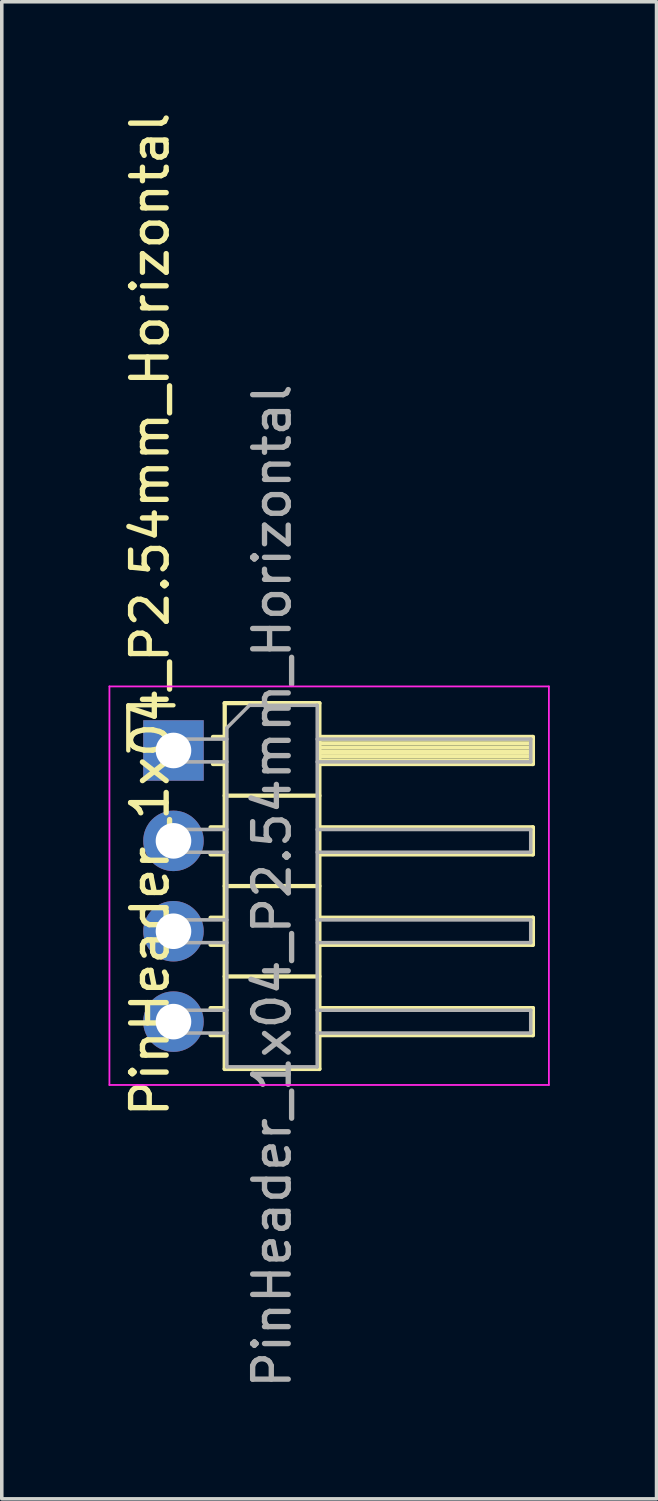
<source format=kicad_pcb>
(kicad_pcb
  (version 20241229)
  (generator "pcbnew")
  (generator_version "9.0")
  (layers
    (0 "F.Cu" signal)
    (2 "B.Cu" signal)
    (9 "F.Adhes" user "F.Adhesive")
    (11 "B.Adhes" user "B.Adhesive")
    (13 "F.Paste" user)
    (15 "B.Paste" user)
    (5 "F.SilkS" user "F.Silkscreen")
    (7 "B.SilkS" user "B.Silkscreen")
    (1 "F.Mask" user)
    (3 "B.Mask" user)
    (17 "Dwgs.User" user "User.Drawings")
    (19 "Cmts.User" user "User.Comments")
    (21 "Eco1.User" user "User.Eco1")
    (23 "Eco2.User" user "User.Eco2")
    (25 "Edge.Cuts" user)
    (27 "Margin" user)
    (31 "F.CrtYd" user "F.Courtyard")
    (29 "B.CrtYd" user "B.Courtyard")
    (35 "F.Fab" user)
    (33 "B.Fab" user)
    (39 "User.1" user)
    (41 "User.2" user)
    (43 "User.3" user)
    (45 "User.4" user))
  (footprint "PinHeader_1x04_P2.54mm_Horizontal"
    (layer "F.Cu")
    (at 1.825 18.04)
    (property "Reference" "PinHeader_1x04_P2.54mm_Horizontal" (at -0.66 -3.82 90) (layer "F.SilkS") (effects (font (size 1 1) (thickness 0.15))))
    (attr through_hole)
    (fp_line (start -1.27 -1.27) (end 0 -1.27) (stroke (width 0.12) (type solid)) (layer "F.SilkS"))
    (fp_line (start -1.27 0) (end -1.27 -1.27) (stroke (width 0.12) (type solid)) (layer "F.SilkS"))
    (fp_line (start 1.043 2.16) (end 1.44 2.16) (stroke (width 0.12) (type solid)) (layer "F.SilkS"))
    (fp_line (start 1.043 2.92) (end 1.44 2.92) (stroke (width 0.12) (type solid)) (layer "F.SilkS"))
    (fp_line (start 1.043 4.7) (end 1.44 4.7) (stroke (width 0.12) (type solid)) (layer "F.SilkS"))
    (fp_line (start 1.043 5.46) (end 1.44 5.46) (stroke (width 0.12) (type solid)) (layer "F.SilkS"))
    (fp_line (start 1.043 7.24) (end 1.44 7.24) (stroke (width 0.12) (type solid)) (layer "F.SilkS"))
    (fp_line (start 1.043 8) (end 1.44 8) (stroke (width 0.12) (type solid)) (layer "F.SilkS"))
    (fp_line (start 1.11 -0.38) (end 1.44 -0.38) (stroke (width 0.12) (type solid)) (layer "F.SilkS"))
    (fp_line (start 1.11 0.38) (end 1.44 0.38) (stroke (width 0.12) (type solid)) (layer "F.SilkS"))
    (fp_line (start 1.44 -1.33) (end 1.44 8.95) (stroke (width 0.12) (type solid)) (layer "F.SilkS"))
    (fp_line (start 1.44 1.27) (end 4.1 1.27) (stroke (width 0.12) (type solid)) (layer "F.SilkS"))
    (fp_line (start 1.44 3.81) (end 4.1 3.81) (stroke (width 0.12) (type solid)) (layer "F.SilkS"))
    (fp_line (start 1.44 6.35) (end 4.1 6.35) (stroke (width 0.12) (type solid)) (layer "F.SilkS"))
    (fp_line (start 1.44 8.95) (end 4.1 8.95) (stroke (width 0.12) (type solid)) (layer "F.SilkS"))
    (fp_line (start 4.1 -1.33) (end 1.44 -1.33) (stroke (width 0.12) (type solid)) (layer "F.SilkS"))
    (fp_line (start 4.1 -0.38) (end 10.1 -0.38) (stroke (width 0.12) (type solid)) (layer "F.SilkS"))
    (fp_line (start 4.1 -0.32) (end 10.1 -0.32) (stroke (width 0.12) (type solid)) (layer "F.SilkS"))
    (fp_line (start 4.1 -0.2) (end 10.1 -0.2) (stroke (width 0.12) (type solid)) (layer "F.SilkS"))
    (fp_line (start 4.1 -0.08) (end 10.1 -0.08) (stroke (width 0.12) (type solid)) (layer "F.SilkS"))
    (fp_line (start 4.1 0.04) (end 10.1 0.04) (stroke (width 0.12) (type solid)) (layer "F.SilkS"))
    (fp_line (start 4.1 0.16) (end 10.1 0.16) (stroke (width 0.12) (type solid)) (layer "F.SilkS"))
    (fp_line (start 4.1 0.28) (end 10.1 0.28) (stroke (width 0.12) (type solid)) (layer "F.SilkS"))
    (fp_line (start 4.1 2.16) (end 10.1 2.16) (stroke (width 0.12) (type solid)) (layer "F.SilkS"))
    (fp_line (start 4.1 4.7) (end 10.1 4.7) (stroke (width 0.12) (type solid)) (layer "F.SilkS"))
    (fp_line (start 4.1 7.24) (end 10.1 7.24) (stroke (width 0.12) (type solid)) (layer "F.SilkS"))
    (fp_line (start 4.1 8.95) (end 4.1 -1.33) (stroke (width 0.12) (type solid)) (layer "F.SilkS"))
    (fp_line (start 10.1 -0.38) (end 10.1 0.38) (stroke (width 0.12) (type solid)) (layer "F.SilkS"))
    (fp_line (start 10.1 0.38) (end 4.1 0.38) (stroke (width 0.12) (type solid)) (layer "F.SilkS"))
    (fp_line (start 10.1 2.16) (end 10.1 2.92) (stroke (width 0.12) (type solid)) (layer "F.SilkS"))
    (fp_line (start 10.1 2.92) (end 4.1 2.92) (stroke (width 0.12) (type solid)) (layer "F.SilkS"))
    (fp_line (start 10.1 4.7) (end 10.1 5.46) (stroke (width 0.12) (type solid)) (layer "F.SilkS"))
    (fp_line (start 10.1 5.46) (end 4.1 5.46) (stroke (width 0.12) (type solid)) (layer "F.SilkS"))
    (fp_line (start 10.1 7.24) (end 10.1 8) (stroke (width 0.12) (type solid)) (layer "F.SilkS"))
    (fp_line (start 10.1 8) (end 4.1 8) (stroke (width 0.12) (type solid)) (layer "F.SilkS"))
    (fp_line (start -1.8 -1.8) (end -1.8 9.4) (stroke (width 0.05) (type solid)) (layer "F.CrtYd"))
    (fp_line (start -1.8 9.4) (end 10.55 9.4) (stroke (width 0.05) (type solid)) (layer "F.CrtYd"))
    (fp_line (start 10.55 -1.8) (end -1.8 -1.8) (stroke (width 0.05) (type solid)) (layer "F.CrtYd"))
    (fp_line (start 10.55 9.4) (end 10.55 -1.8) (stroke (width 0.05) (type solid)) (layer "F.CrtYd"))
    (fp_line (start -0.32 -0.32) (end -0.32 0.32) (stroke (width 0.1) (type solid)) (layer "F.Fab"))
    (fp_line (start -0.32 -0.32) (end 1.5 -0.32) (stroke (width 0.1) (type solid)) (layer "F.Fab"))
    (fp_line (start -0.32 0.32) (end 1.5 0.32) (stroke (width 0.1) (type solid)) (layer "F.Fab"))
    (fp_line (start -0.32 2.22) (end -0.32 2.86) (stroke (width 0.1) (type solid)) (layer "F.Fab"))
    (fp_line (start -0.32 2.22) (end 1.5 2.22) (stroke (width 0.1) (type solid)) (layer "F.Fab"))
    (fp_line (start -0.32 2.86) (end 1.5 2.86) (stroke (width 0.1) (type solid)) (layer "F.Fab"))
    (fp_line (start -0.32 4.76) (end -0.32 5.4) (stroke (width 0.1) (type solid)) (layer "F.Fab"))
    (fp_line (start -0.32 4.76) (end 1.5 4.76) (stroke (width 0.1) (type solid)) (layer "F.Fab"))
    (fp_line (start -0.32 5.4) (end 1.5 5.4) (stroke (width 0.1) (type solid)) (layer "F.Fab"))
    (fp_line (start -0.32 7.3) (end -0.32 7.94) (stroke (width 0.1) (type solid)) (layer "F.Fab"))
    (fp_line (start -0.32 7.3) (end 1.5 7.3) (stroke (width 0.1) (type solid)) (layer "F.Fab"))
    (fp_line (start -0.32 7.94) (end 1.5 7.94) (stroke (width 0.1) (type solid)) (layer "F.Fab"))
    (fp_line (start 1.5 -0.635) (end 2.135 -1.27) (stroke (width 0.1) (type solid)) (layer "F.Fab"))
    (fp_line (start 1.5 8.89) (end 1.5 -0.635) (stroke (width 0.1) (type solid)) (layer "F.Fab"))
    (fp_line (start 2.135 -1.27) (end 4.04 -1.27) (stroke (width 0.1) (type solid)) (layer "F.Fab"))
    (fp_line (start 4.04 -1.27) (end 4.04 8.89) (stroke (width 0.1) (type solid)) (layer "F.Fab"))
    (fp_line (start 4.04 -0.32) (end 10.04 -0.32) (stroke (width 0.1) (type solid)) (layer "F.Fab"))
    (fp_line (start 4.04 0.32) (end 10.04 0.32) (stroke (width 0.1) (type solid)) (layer "F.Fab"))
    (fp_line (start 4.04 2.22) (end 10.04 2.22) (stroke (width 0.1) (type solid)) (layer "F.Fab"))
    (fp_line (start 4.04 2.86) (end 10.04 2.86) (stroke (width 0.1) (type solid)) (layer "F.Fab"))
    (fp_line (start 4.04 4.76) (end 10.04 4.76) (stroke (width 0.1) (type solid)) (layer "F.Fab"))
    (fp_line (start 4.04 5.4) (end 10.04 5.4) (stroke (width 0.1) (type solid)) (layer "F.Fab"))
    (fp_line (start 4.04 7.3) (end 10.04 7.3) (stroke (width 0.1) (type solid)) (layer "F.Fab"))
    (fp_line (start 4.04 7.94) (end 10.04 7.94) (stroke (width 0.1) (type solid)) (layer "F.Fab"))
    (fp_line (start 4.04 8.89) (end 1.5 8.89) (stroke (width 0.1) (type solid)) (layer "F.Fab"))
    (fp_line (start 10.04 -0.32) (end 10.04 0.32) (stroke (width 0.1) (type solid)) (layer "F.Fab"))
    (fp_line (start 10.04 2.22) (end 10.04 2.86) (stroke (width 0.1) (type solid)) (layer "F.Fab"))
    (fp_line (start 10.04 4.76) (end 10.04 5.4) (stroke (width 0.1) (type solid)) (layer "F.Fab"))
    (fp_line (start 10.04 7.3) (end 10.04 7.94) (stroke (width 0.1) (type solid)) (layer "F.Fab"))
    (fp_text user "${REFERENCE}" (at 2.77 3.81 270) (layer "F.Fab") (effects (font (size 1 1) (thickness 0.15))))
    (pad "1" thru_hole rect (at 0 0) (size 1.7 1.7) (drill 1) (layers "*.Cu" "*.Mask"))
    (pad "2" thru_hole oval (at 0 2.54) (size 1.7 1.7) (drill 1) (layers "*.Cu" "*.Mask"))
    (pad "3" thru_hole oval (at 0 5.08) (size 1.7 1.7) (drill 1) (layers "*.Cu" "*.Mask"))
    (pad "4" thru_hole oval (at 0 7.62) (size 1.7 1.7) (drill 1) (layers "*.Cu" "*.Mask")))
  (gr_rect
    (start -3 -3)
    (end 15.4 39.07)
    (stroke (width 0.1) (type default))
    (fill no)
    (layer "Edge.Cuts")))
</source>
